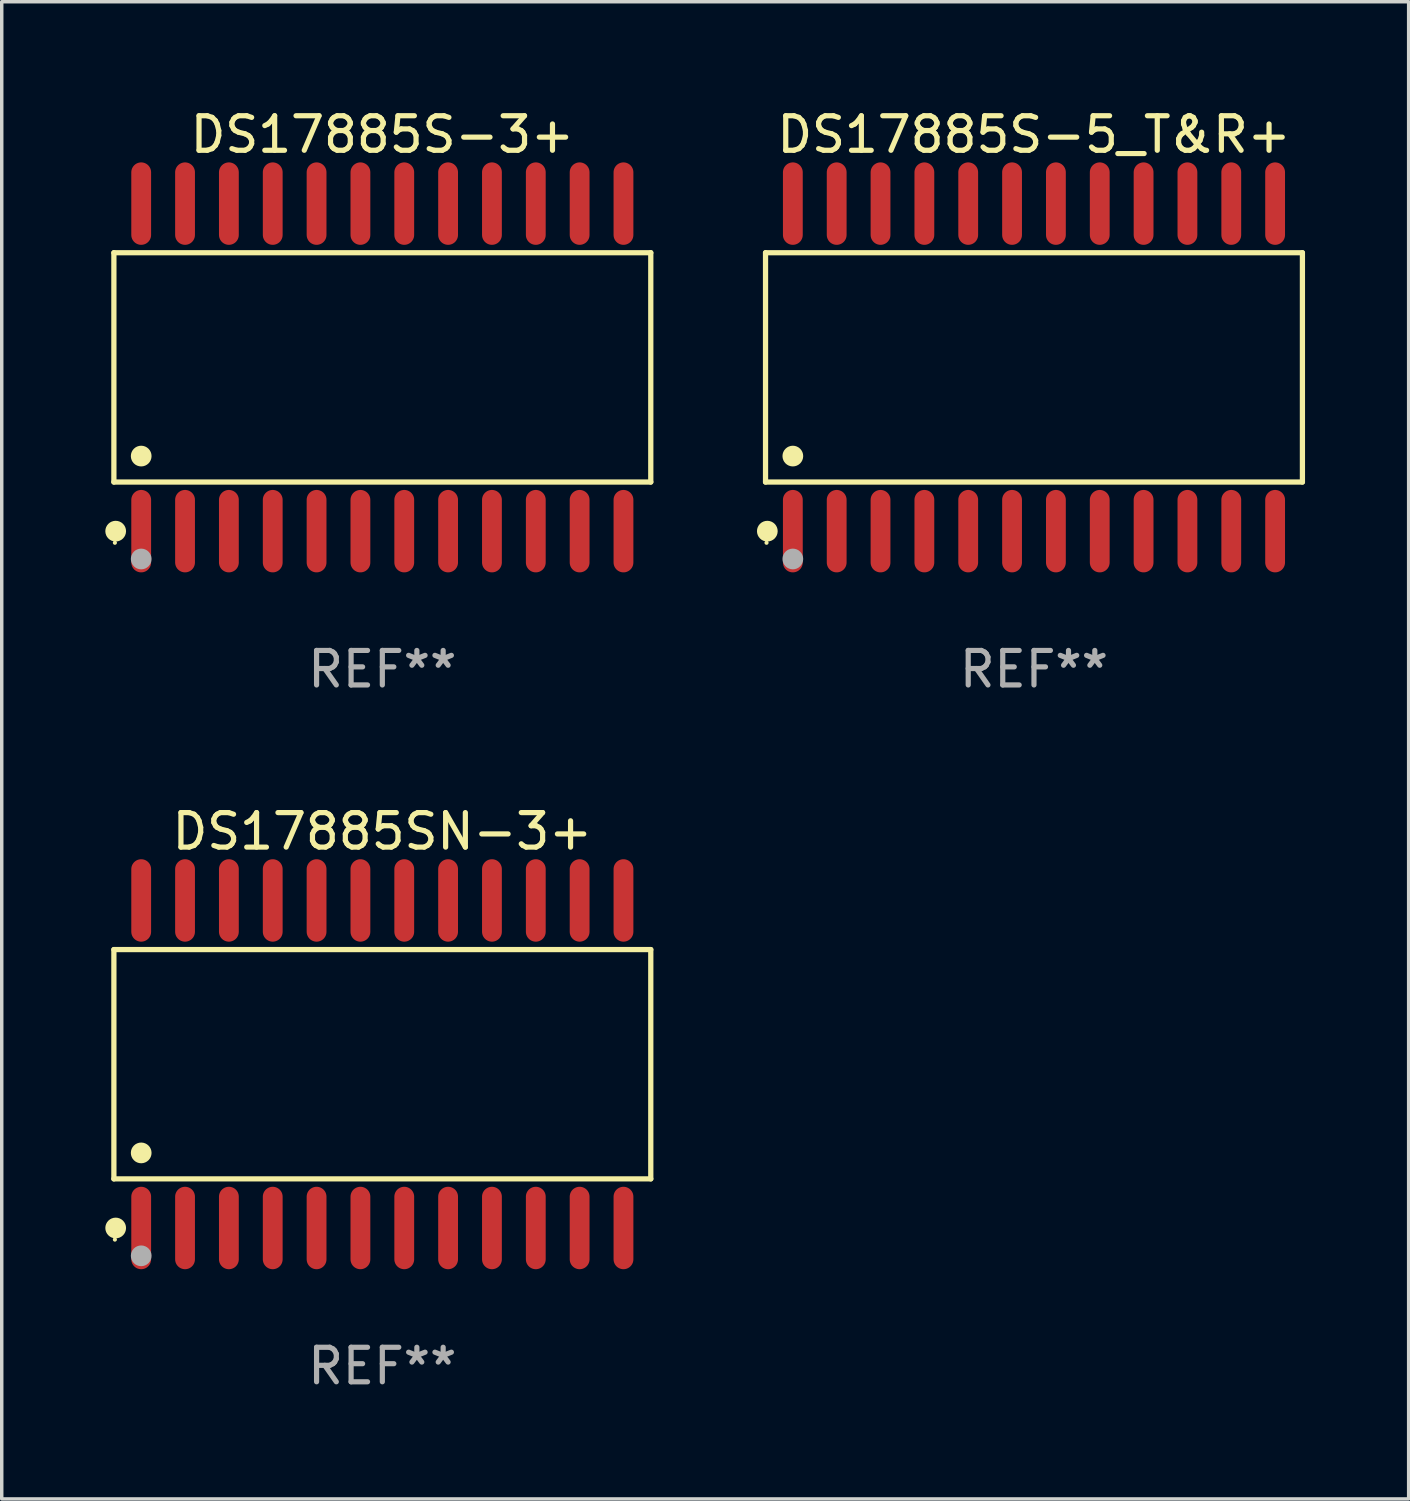
<source format=kicad_pcb>
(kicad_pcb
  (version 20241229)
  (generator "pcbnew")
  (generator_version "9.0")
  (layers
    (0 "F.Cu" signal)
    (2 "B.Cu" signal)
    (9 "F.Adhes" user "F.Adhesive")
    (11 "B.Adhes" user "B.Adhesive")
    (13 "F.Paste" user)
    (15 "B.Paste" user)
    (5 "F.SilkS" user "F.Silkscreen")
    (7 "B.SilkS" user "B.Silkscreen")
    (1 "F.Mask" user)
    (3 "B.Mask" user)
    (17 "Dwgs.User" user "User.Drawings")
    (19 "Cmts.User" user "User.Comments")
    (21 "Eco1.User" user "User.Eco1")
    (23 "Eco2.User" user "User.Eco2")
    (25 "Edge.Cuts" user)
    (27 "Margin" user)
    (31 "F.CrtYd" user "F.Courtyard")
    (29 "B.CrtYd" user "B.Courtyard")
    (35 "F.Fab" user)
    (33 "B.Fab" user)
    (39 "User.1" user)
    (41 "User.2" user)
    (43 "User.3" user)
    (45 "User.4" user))
  (footprint "DS17885S-5_T&R+"
    (layer "F.Cu")
    (at 26.901 7.592)
    (property "Reference" "DS17885S-5_T&R+" (at 0 -6.744 0) (layer "F.SilkS") (effects (font (size 1 1) (thickness 0.15))))
    (attr through_hole)
    (fp_line (start -7.776 -3.321) (end 7.776 -3.321) (stroke (width 0.152) (type solid)) (layer "F.SilkS"))
    (fp_line (start -7.776 3.321) (end -7.776 -3.321) (stroke (width 0.152) (type solid)) (layer "F.SilkS"))
    (fp_line (start 7.776 -3.321) (end 7.776 3.321) (stroke (width 0.152) (type solid)) (layer "F.SilkS"))
    (fp_line (start 7.776 3.321) (end -7.776 3.321) (stroke (width 0.152) (type solid)) (layer "F.SilkS"))
    (fp_circle (center -7.747 5.08) (end -7.717 5.08) (stroke (width 0.06) (type solid)) (fill no) (layer "F.SilkS"))
    (fp_circle (center -7.724 4.744) (end -7.574 4.744) (stroke (width 0.3) (type solid)) (fill no) (layer "F.SilkS"))
    (fp_circle (center -6.985 2.569) (end -6.835 2.569) (stroke (width 0.3) (type solid)) (fill no) (layer "F.SilkS"))
    (fp_circle (center -6.985 5.55) (end -6.835 5.55) (stroke (width 0.3) (type solid)) (fill no) (layer "F.Fab"))
    (fp_text user "REF**" (at 0 8.744 0) (layer "F.Fab") (effects (font (size 1 1) (thickness 0.15))))
    (pad "1" smd oval (at -6.985 4.744) (size 0.574 2.388) (layers "F.Cu" "F.Mask" "F.Paste"))
    (pad "2" smd oval (at -5.715 4.744) (size 0.574 2.388) (layers "F.Cu" "F.Mask" "F.Paste"))
    (pad "3" smd oval (at -4.445 4.744) (size 0.574 2.388) (layers "F.Cu" "F.Mask" "F.Paste"))
    (pad "4" smd oval (at -3.175 4.744) (size 0.574 2.388) (layers "F.Cu" "F.Mask" "F.Paste"))
    (pad "5" smd oval (at -1.905 4.744) (size 0.574 2.388) (layers "F.Cu" "F.Mask" "F.Paste"))
    (pad "6" smd oval (at -0.635 4.744) (size 0.574 2.388) (layers "F.Cu" "F.Mask" "F.Paste"))
    (pad "7" smd oval (at 0.635 4.744) (size 0.574 2.388) (layers "F.Cu" "F.Mask" "F.Paste"))
    (pad "8" smd oval (at 1.905 4.744) (size 0.574 2.388) (layers "F.Cu" "F.Mask" "F.Paste"))
    (pad "9" smd oval (at 3.175 4.744) (size 0.574 2.388) (layers "F.Cu" "F.Mask" "F.Paste"))
    (pad "10" smd oval (at 4.445 4.744) (size 0.574 2.388) (layers "F.Cu" "F.Mask" "F.Paste"))
    (pad "11" smd oval (at 5.715 4.744) (size 0.574 2.388) (layers "F.Cu" "F.Mask" "F.Paste"))
    (pad "12" smd oval (at 6.985 4.744) (size 0.574 2.388) (layers "F.Cu" "F.Mask" "F.Paste"))
    (pad "13" smd oval (at 6.985 -4.744) (size 0.574 2.388) (layers "F.Cu" "F.Mask" "F.Paste"))
    (pad "14" smd oval (at 5.715 -4.744) (size 0.574 2.388) (layers "F.Cu" "F.Mask" "F.Paste"))
    (pad "15" smd oval (at 4.445 -4.744) (size 0.574 2.388) (layers "F.Cu" "F.Mask" "F.Paste"))
    (pad "16" smd oval (at 3.175 -4.744) (size 0.574 2.388) (layers "F.Cu" "F.Mask" "F.Paste"))
    (pad "17" smd oval (at 1.905 -4.744) (size 0.574 2.388) (layers "F.Cu" "F.Mask" "F.Paste"))
    (pad "18" smd oval (at 0.635 -4.744) (size 0.574 2.388) (layers "F.Cu" "F.Mask" "F.Paste"))
    (pad "19" smd oval (at -0.635 -4.744) (size 0.574 2.388) (layers "F.Cu" "F.Mask" "F.Paste"))
    (pad "20" smd oval (at -1.905 -4.744) (size 0.574 2.388) (layers "F.Cu" "F.Mask" "F.Paste"))
    (pad "21" smd oval (at -3.175 -4.744) (size 0.574 2.388) (layers "F.Cu" "F.Mask" "F.Paste"))
    (pad "22" smd oval (at -4.445 -4.744) (size 0.574 2.388) (layers "F.Cu" "F.Mask" "F.Paste"))
    (pad "23" smd oval (at -5.715 -4.744) (size 0.574 2.388) (layers "F.Cu" "F.Mask" "F.Paste"))
    (pad "24" smd oval (at -6.985 -4.744) (size 0.574 2.388) (layers "F.Cu" "F.Mask" "F.Paste")))
  (footprint "DS17885SN-3+"
    (layer "F.Cu")
    (at 8.025 27.777)
    (property "Reference" "DS17885SN-3+" (at 0 -6.744 0) (layer "F.SilkS") (effects (font (size 1 1) (thickness 0.15))))
    (attr through_hole)
    (fp_line (start -7.776 -3.321) (end 7.776 -3.321) (stroke (width 0.152) (type solid)) (layer "F.SilkS"))
    (fp_line (start -7.776 3.321) (end -7.776 -3.321) (stroke (width 0.152) (type solid)) (layer "F.SilkS"))
    (fp_line (start 7.776 -3.321) (end 7.776 3.321) (stroke (width 0.152) (type solid)) (layer "F.SilkS"))
    (fp_line (start 7.776 3.321) (end -7.776 3.321) (stroke (width 0.152) (type solid)) (layer "F.SilkS"))
    (fp_circle (center -7.747 5.08) (end -7.717 5.08) (stroke (width 0.06) (type solid)) (fill no) (layer "F.SilkS"))
    (fp_circle (center -7.724 4.744) (end -7.574 4.744) (stroke (width 0.3) (type solid)) (fill no) (layer "F.SilkS"))
    (fp_circle (center -6.985 2.569) (end -6.835 2.569) (stroke (width 0.3) (type solid)) (fill no) (layer "F.SilkS"))
    (fp_circle (center -6.985 5.55) (end -6.835 5.55) (stroke (width 0.3) (type solid)) (fill no) (layer "F.Fab"))
    (fp_text user "REF**" (at 0 8.744 0) (layer "F.Fab") (effects (font (size 1 1) (thickness 0.15))))
    (pad "1" smd oval (at -6.985 4.744) (size 0.574 2.388) (layers "F.Cu" "F.Mask" "F.Paste"))
    (pad "2" smd oval (at -5.715 4.744) (size 0.574 2.388) (layers "F.Cu" "F.Mask" "F.Paste"))
    (pad "3" smd oval (at -4.445 4.744) (size 0.574 2.388) (layers "F.Cu" "F.Mask" "F.Paste"))
    (pad "4" smd oval (at -3.175 4.744) (size 0.574 2.388) (layers "F.Cu" "F.Mask" "F.Paste"))
    (pad "5" smd oval (at -1.905 4.744) (size 0.574 2.388) (layers "F.Cu" "F.Mask" "F.Paste"))
    (pad "6" smd oval (at -0.635 4.744) (size 0.574 2.388) (layers "F.Cu" "F.Mask" "F.Paste"))
    (pad "7" smd oval (at 0.635 4.744) (size 0.574 2.388) (layers "F.Cu" "F.Mask" "F.Paste"))
    (pad "8" smd oval (at 1.905 4.744) (size 0.574 2.388) (layers "F.Cu" "F.Mask" "F.Paste"))
    (pad "9" smd oval (at 3.175 4.744) (size 0.574 2.388) (layers "F.Cu" "F.Mask" "F.Paste"))
    (pad "10" smd oval (at 4.445 4.744) (size 0.574 2.388) (layers "F.Cu" "F.Mask" "F.Paste"))
    (pad "11" smd oval (at 5.715 4.744) (size 0.574 2.388) (layers "F.Cu" "F.Mask" "F.Paste"))
    (pad "12" smd oval (at 6.985 4.744) (size 0.574 2.388) (layers "F.Cu" "F.Mask" "F.Paste"))
    (pad "13" smd oval (at 6.985 -4.744) (size 0.574 2.388) (layers "F.Cu" "F.Mask" "F.Paste"))
    (pad "14" smd oval (at 5.715 -4.744) (size 0.574 2.388) (layers "F.Cu" "F.Mask" "F.Paste"))
    (pad "15" smd oval (at 4.445 -4.744) (size 0.574 2.388) (layers "F.Cu" "F.Mask" "F.Paste"))
    (pad "16" smd oval (at 3.175 -4.744) (size 0.574 2.388) (layers "F.Cu" "F.Mask" "F.Paste"))
    (pad "17" smd oval (at 1.905 -4.744) (size 0.574 2.388) (layers "F.Cu" "F.Mask" "F.Paste"))
    (pad "18" smd oval (at 0.635 -4.744) (size 0.574 2.388) (layers "F.Cu" "F.Mask" "F.Paste"))
    (pad "19" smd oval (at -0.635 -4.744) (size 0.574 2.388) (layers "F.Cu" "F.Mask" "F.Paste"))
    (pad "20" smd oval (at -1.905 -4.744) (size 0.574 2.388) (layers "F.Cu" "F.Mask" "F.Paste"))
    (pad "21" smd oval (at -3.175 -4.744) (size 0.574 2.388) (layers "F.Cu" "F.Mask" "F.Paste"))
    (pad "22" smd oval (at -4.445 -4.744) (size 0.574 2.388) (layers "F.Cu" "F.Mask" "F.Paste"))
    (pad "23" smd oval (at -5.715 -4.744) (size 0.574 2.388) (layers "F.Cu" "F.Mask" "F.Paste"))
    (pad "24" smd oval (at -6.985 -4.744) (size 0.574 2.388) (layers "F.Cu" "F.Mask" "F.Paste")))
  (footprint "DS17885S-3+"
    (layer "F.Cu")
    (at 8.025 7.592)
    (property "Reference" "DS17885S-3+" (at 0 -6.744 0) (layer "F.SilkS") (effects (font (size 1 1) (thickness 0.15))))
    (attr through_hole)
    (fp_line (start -7.776 -3.321) (end 7.776 -3.321) (stroke (width 0.152) (type solid)) (layer "F.SilkS"))
    (fp_line (start -7.776 3.321) (end -7.776 -3.321) (stroke (width 0.152) (type solid)) (layer "F.SilkS"))
    (fp_line (start 7.776 -3.321) (end 7.776 3.321) (stroke (width 0.152) (type solid)) (layer "F.SilkS"))
    (fp_line (start 7.776 3.321) (end -7.776 3.321) (stroke (width 0.152) (type solid)) (layer "F.SilkS"))
    (fp_circle (center -7.747 5.08) (end -7.717 5.08) (stroke (width 0.06) (type solid)) (fill no) (layer "F.SilkS"))
    (fp_circle (center -7.724 4.744) (end -7.574 4.744) (stroke (width 0.3) (type solid)) (fill no) (layer "F.SilkS"))
    (fp_circle (center -6.985 2.569) (end -6.835 2.569) (stroke (width 0.3) (type solid)) (fill no) (layer "F.SilkS"))
    (fp_circle (center -6.985 5.55) (end -6.835 5.55) (stroke (width 0.3) (type solid)) (fill no) (layer "F.Fab"))
    (fp_text user "REF**" (at 0 8.744 0) (layer "F.Fab") (effects (font (size 1 1) (thickness 0.15))))
    (pad "1" smd oval (at -6.985 4.744) (size 0.574 2.388) (layers "F.Cu" "F.Mask" "F.Paste"))
    (pad "2" smd oval (at -5.715 4.744) (size 0.574 2.388) (layers "F.Cu" "F.Mask" "F.Paste"))
    (pad "3" smd oval (at -4.445 4.744) (size 0.574 2.388) (layers "F.Cu" "F.Mask" "F.Paste"))
    (pad "4" smd oval (at -3.175 4.744) (size 0.574 2.388) (layers "F.Cu" "F.Mask" "F.Paste"))
    (pad "5" smd oval (at -1.905 4.744) (size 0.574 2.388) (layers "F.Cu" "F.Mask" "F.Paste"))
    (pad "6" smd oval (at -0.635 4.744) (size 0.574 2.388) (layers "F.Cu" "F.Mask" "F.Paste"))
    (pad "7" smd oval (at 0.635 4.744) (size 0.574 2.388) (layers "F.Cu" "F.Mask" "F.Paste"))
    (pad "8" smd oval (at 1.905 4.744) (size 0.574 2.388) (layers "F.Cu" "F.Mask" "F.Paste"))
    (pad "9" smd oval (at 3.175 4.744) (size 0.574 2.388) (layers "F.Cu" "F.Mask" "F.Paste"))
    (pad "10" smd oval (at 4.445 4.744) (size 0.574 2.388) (layers "F.Cu" "F.Mask" "F.Paste"))
    (pad "11" smd oval (at 5.715 4.744) (size 0.574 2.388) (layers "F.Cu" "F.Mask" "F.Paste"))
    (pad "12" smd oval (at 6.985 4.744) (size 0.574 2.388) (layers "F.Cu" "F.Mask" "F.Paste"))
    (pad "13" smd oval (at 6.985 -4.744) (size 0.574 2.388) (layers "F.Cu" "F.Mask" "F.Paste"))
    (pad "14" smd oval (at 5.715 -4.744) (size 0.574 2.388) (layers "F.Cu" "F.Mask" "F.Paste"))
    (pad "15" smd oval (at 4.445 -4.744) (size 0.574 2.388) (layers "F.Cu" "F.Mask" "F.Paste"))
    (pad "16" smd oval (at 3.175 -4.744) (size 0.574 2.388) (layers "F.Cu" "F.Mask" "F.Paste"))
    (pad "17" smd oval (at 1.905 -4.744) (size 0.574 2.388) (layers "F.Cu" "F.Mask" "F.Paste"))
    (pad "18" smd oval (at 0.635 -4.744) (size 0.574 2.388) (layers "F.Cu" "F.Mask" "F.Paste"))
    (pad "19" smd oval (at -0.635 -4.744) (size 0.574 2.388) (layers "F.Cu" "F.Mask" "F.Paste"))
    (pad "20" smd oval (at -1.905 -4.744) (size 0.574 2.388) (layers "F.Cu" "F.Mask" "F.Paste"))
    (pad "21" smd oval (at -3.175 -4.744) (size 0.574 2.388) (layers "F.Cu" "F.Mask" "F.Paste"))
    (pad "22" smd oval (at -4.445 -4.744) (size 0.574 2.388) (layers "F.Cu" "F.Mask" "F.Paste"))
    (pad "23" smd oval (at -5.715 -4.744) (size 0.574 2.388) (layers "F.Cu" "F.Mask" "F.Paste"))
    (pad "24" smd oval (at -6.985 -4.744) (size 0.574 2.388) (layers "F.Cu" "F.Mask" "F.Paste")))
  (gr_rect
    (start -3 -3)
    (end 37.754 40.369)
    (stroke (width 0.1) (type default))
    (fill no)
    (layer "Edge.Cuts")))
</source>
